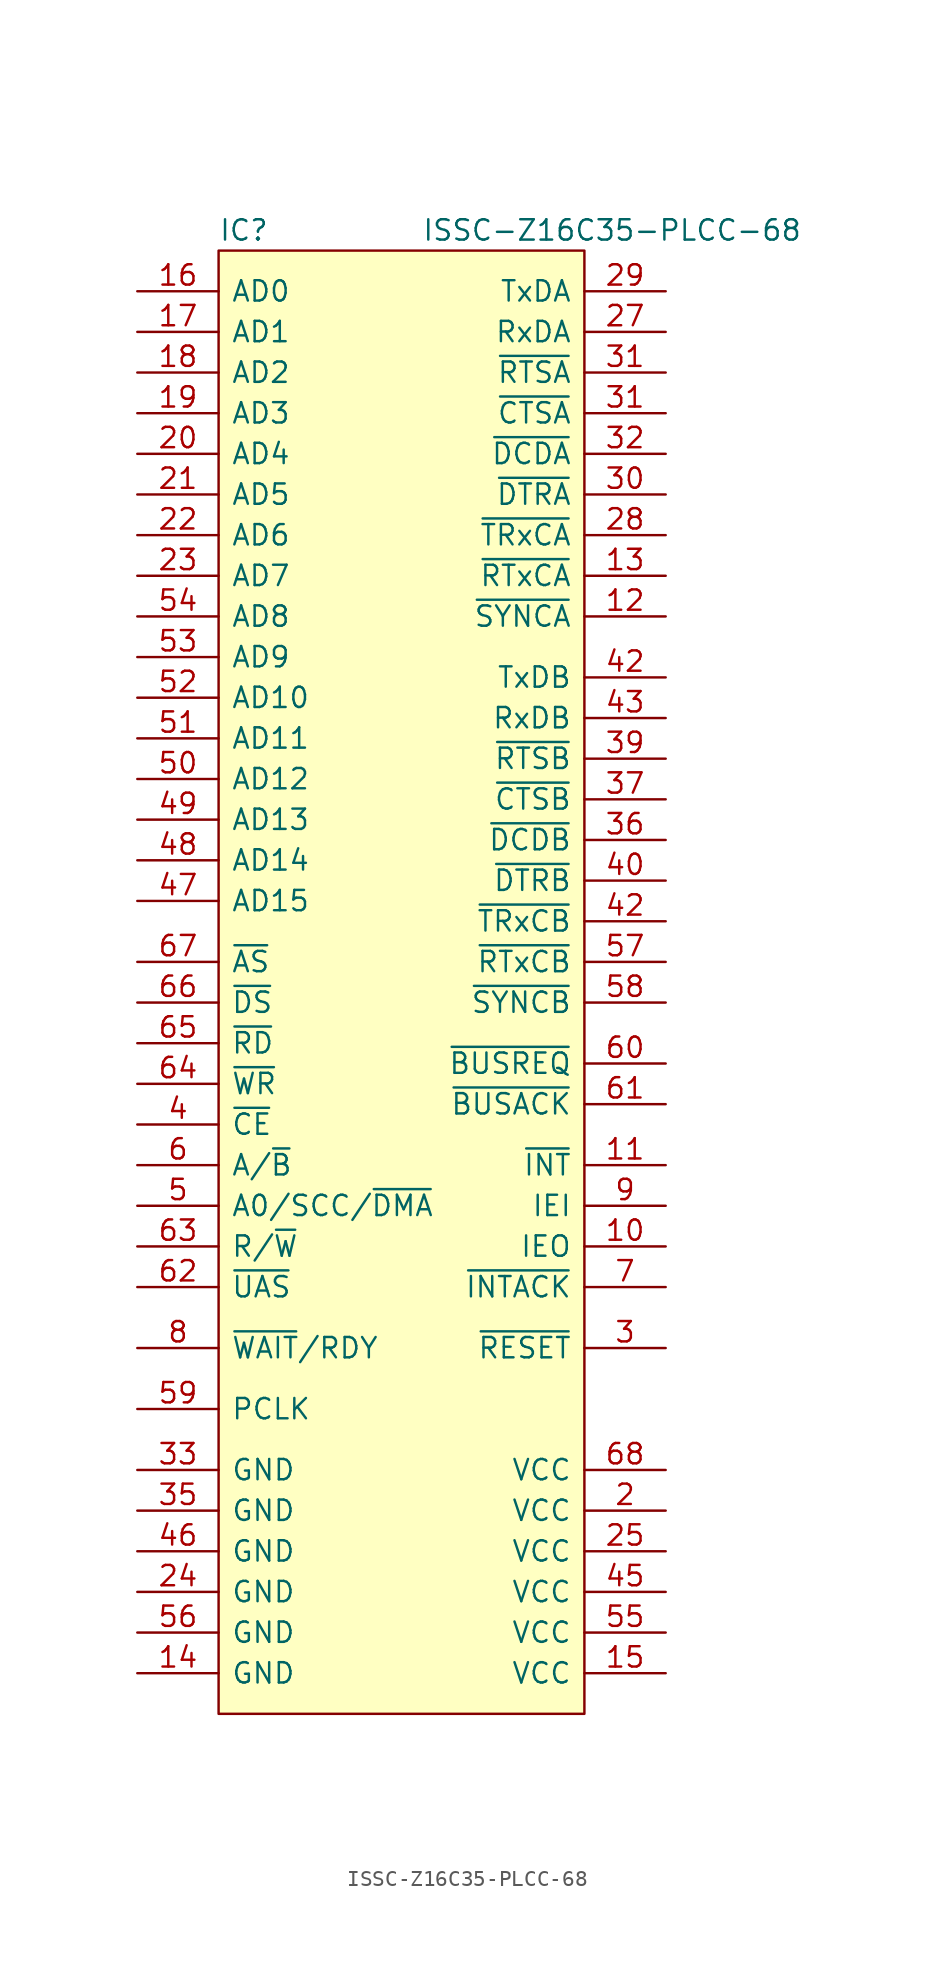
<source format=kicad_sym>
(kicad_symbol_lib
  (version 20211014)
  (generator kicad_symbol_editor)
  (symbol "ISSC-Z16C35-PLCC-68"
    (pin_names
      (offset 0.762))
    (property "Reference" "IC"
      (at 0 1.27 0)
      (effects (font (size 1.27 1.27)) (justify left)))
    (property "Value" "ISSC-Z16C35-PLCC-68"
      (at 12.7 1.27 0)
      (effects (font (size 1.27 1.27)) (justify left)))
    (symbol "ISSC-Z16C35-PLCC-68_0_0"
      (pin output line (at 27.94 -62.23 180) (length 5.08) (name "IEO" (effects (font (size 1.27 1.27)))) (number "10" (effects (font (size 1.27 1.27)))))
      (pin output line (at 27.94 -57.15 180) (length 5.08) (name "~{INT}" (effects (font (size 1.27 1.27)))) (number "11" (effects (font (size 1.27 1.27)))))
      (pin bidirectional line (at 27.94 -22.86 180) (length 5.08) (name "~{SYNCA}" (effects (font (size 1.27 1.27)))) (number "12" (effects (font (size 1.27 1.27)))))
      (pin input line (at 27.94 -20.32 180) (length 5.08) (name "~{RTxCA}" (effects (font (size 1.27 1.27)))) (number "13" (effects (font (size 1.27 1.27)))))
      (pin power_in line (at -5.08 -88.9 0) (length 5.08) (name "GND" (effects (font (size 1.27 1.27)))) (number "14" (effects (font (size 1.27 1.27)))))
      (pin power_in line (at 27.94 -88.9 180) (length 5.08) (name "VCC" (effects (font (size 1.27 1.27)))) (number "15" (effects (font (size 1.27 1.27)))))
      (pin tri_state line (at -5.08 -2.54 0) (length 5.08) (name "AD0" (effects (font (size 1.27 1.27)))) (number "16" (effects (font (size 1.27 1.27)))))
      (pin tri_state line (at -5.08 -5.08 0) (length 5.08) (name "AD1" (effects (font (size 1.27 1.27)))) (number "17" (effects (font (size 1.27 1.27)))))
      (pin tri_state line (at -5.08 -7.62 0) (length 5.08) (name "AD2" (effects (font (size 1.27 1.27)))) (number "18" (effects (font (size 1.27 1.27)))))
      (pin tri_state line (at -5.08 -10.16 0) (length 5.08) (name "AD3" (effects (font (size 1.27 1.27)))) (number "19" (effects (font (size 1.27 1.27)))))
      (pin power_in line (at 27.94 -78.74 180) (length 5.08) (name "VCC" (effects (font (size 1.27 1.27)))) (number "2" (effects (font (size 1.27 1.27)))))
      (pin tri_state line (at -5.08 -12.7 0) (length 5.08) (name "AD4" (effects (font (size 1.27 1.27)))) (number "20" (effects (font (size 1.27 1.27)))))
      (pin tri_state line (at -5.08 -15.24 0) (length 5.08) (name "AD5" (effects (font (size 1.27 1.27)))) (number "21" (effects (font (size 1.27 1.27)))))
      (pin tri_state line (at -5.08 -17.78 0) (length 5.08) (name "AD6" (effects (font (size 1.27 1.27)))) (number "22" (effects (font (size 1.27 1.27)))))
      (pin tri_state line (at -5.08 -20.32 0) (length 5.08) (name "AD7" (effects (font (size 1.27 1.27)))) (number "23" (effects (font (size 1.27 1.27)))))
      (pin power_in line (at -5.08 -83.82 0) (length 5.08) (name "GND" (effects (font (size 1.27 1.27)))) (number "24" (effects (font (size 1.27 1.27)))))
      (pin power_in line (at 27.94 -81.28 180) (length 5.08) (name "VCC" (effects (font (size 1.27 1.27)))) (number "25" (effects (font (size 1.27 1.27)))))
      (pin input line (at 27.94 -5.08 180) (length 5.08) (name "RxDA" (effects (font (size 1.27 1.27)))) (number "27" (effects (font (size 1.27 1.27)))))
      (pin bidirectional line (at 27.94 -17.78 180) (length 5.08) (name "~{TRxCA}" (effects (font (size 1.27 1.27)))) (number "28" (effects (font (size 1.27 1.27)))))
      (pin output line (at 27.94 -2.54 180) (length 5.08) (name "TxDA" (effects (font (size 1.27 1.27)))) (number "29" (effects (font (size 1.27 1.27)))))
      (pin input line (at 27.94 -68.58 180) (length 5.08) (name "~{RESET}" (effects (font (size 1.27 1.27)))) (number "3" (effects (font (size 1.27 1.27)))))
      (pin output line (at 27.94 -15.24 180) (length 5.08) (name "~{DTRA}" (effects (font (size 1.27 1.27)))) (number "30" (effects (font (size 1.27 1.27)))))
      (pin input line (at 27.94 -10.16 180) (length 5.08) (name "~{CTSA}" (effects (font (size 1.27 1.27)))) (number "31" (effects (font (size 1.27 1.27)))))
      (pin output line (at 27.94 -7.62 180) (length 5.08) (name "~{RTSA}" (effects (font (size 1.27 1.27)))) (number "31" (effects (font (size 1.27 1.27)))))
      (pin input line (at 27.94 -12.7 180) (length 5.08) (name "~{DCDA}" (effects (font (size 1.27 1.27)))) (number "32" (effects (font (size 1.27 1.27)))))
      (pin power_in line (at -5.08 -76.2 0) (length 5.08) (name "GND" (effects (font (size 1.27 1.27)))) (number "33" (effects (font (size 1.27 1.27)))))
      (pin power_in line (at -5.08 -78.74 0) (length 5.08) (name "GND" (effects (font (size 1.27 1.27)))) (number "35" (effects (font (size 1.27 1.27)))))
      (pin input line (at 27.94 -36.83 180) (length 5.08) (name "~{DCDB}" (effects (font (size 1.27 1.27)))) (number "36" (effects (font (size 1.27 1.27)))))
      (pin input line (at 27.94 -34.29 180) (length 5.08) (name "~{CTSB}" (effects (font (size 1.27 1.27)))) (number "37" (effects (font (size 1.27 1.27)))))
      (pin output line (at 27.94 -31.75 180) (length 5.08) (name "~{RTSB}" (effects (font (size 1.27 1.27)))) (number "39" (effects (font (size 1.27 1.27)))))
      (pin input line (at -5.08 -54.61 0) (length 5.08) (name "~{CE}" (effects (font (size 1.27 1.27)))) (number "4" (effects (font (size 1.27 1.27)))))
      (pin output line (at 27.94 -39.37 180) (length 5.08) (name "~{DTRB}" (effects (font (size 1.27 1.27)))) (number "40" (effects (font (size 1.27 1.27)))))
      (pin output line (at 27.94 -26.67 180) (length 5.08) (name "TxDB" (effects (font (size 1.27 1.27)))) (number "42" (effects (font (size 1.27 1.27)))))
      (pin bidirectional line (at 27.94 -41.91 180) (length 5.08) (name "~{TRxCB}" (effects (font (size 1.27 1.27)))) (number "42" (effects (font (size 1.27 1.27)))))
      (pin input line (at 27.94 -29.21 180) (length 5.08) (name "RxDB" (effects (font (size 1.27 1.27)))) (number "43" (effects (font (size 1.27 1.27)))))
      (pin power_in line (at 27.94 -83.82 180) (length 5.08) (name "VCC" (effects (font (size 1.27 1.27)))) (number "45" (effects (font (size 1.27 1.27)))))
      (pin power_in line (at -5.08 -81.28 0) (length 5.08) (name "GND" (effects (font (size 1.27 1.27)))) (number "46" (effects (font (size 1.27 1.27)))))
      (pin tri_state line (at -5.08 -40.64 0) (length 5.08) (name "AD15" (effects (font (size 1.27 1.27)))) (number "47" (effects (font (size 1.27 1.27)))))
      (pin tri_state line (at -5.08 -38.1 0) (length 5.08) (name "AD14" (effects (font (size 1.27 1.27)))) (number "48" (effects (font (size 1.27 1.27)))))
      (pin tri_state line (at -5.08 -35.56 0) (length 5.08) (name "AD13" (effects (font (size 1.27 1.27)))) (number "49" (effects (font (size 1.27 1.27)))))
      (pin bidirectional line (at -5.08 -59.69 0) (length 5.08) (name "A0/SCC/~{DMA}" (effects (font (size 1.27 1.27)))) (number "5" (effects (font (size 1.27 1.27)))))
      (pin tri_state line (at -5.08 -33.02 0) (length 5.08) (name "AD12" (effects (font (size 1.27 1.27)))) (number "50" (effects (font (size 1.27 1.27)))))
      (pin tri_state line (at -5.08 -30.48 0) (length 5.08) (name "AD11" (effects (font (size 1.27 1.27)))) (number "51" (effects (font (size 1.27 1.27)))))
      (pin tri_state line (at -5.08 -27.94 0) (length 5.08) (name "AD10" (effects (font (size 1.27 1.27)))) (number "52" (effects (font (size 1.27 1.27)))))
      (pin tri_state line (at -5.08 -25.4 0) (length 5.08) (name "AD9" (effects (font (size 1.27 1.27)))) (number "53" (effects (font (size 1.27 1.27)))))
      (pin tri_state line (at -5.08 -22.86 0) (length 5.08) (name "AD8" (effects (font (size 1.27 1.27)))) (number "54" (effects (font (size 1.27 1.27)))))
      (pin power_in line (at 27.94 -86.36 180) (length 5.08) (name "VCC" (effects (font (size 1.27 1.27)))) (number "55" (effects (font (size 1.27 1.27)))))
      (pin power_in line (at -5.08 -86.36 0) (length 5.08) (name "GND" (effects (font (size 1.27 1.27)))) (number "56" (effects (font (size 1.27 1.27)))))
      (pin input line (at 27.94 -44.45 180) (length 5.08) (name "~{RTxCB}" (effects (font (size 1.27 1.27)))) (number "57" (effects (font (size 1.27 1.27)))))
      (pin bidirectional line (at 27.94 -46.99 180) (length 5.08) (name "~{SYNCB}" (effects (font (size 1.27 1.27)))) (number "58" (effects (font (size 1.27 1.27)))))
      (pin input line (at -5.08 -72.39 0) (length 5.08) (name "PCLK" (effects (font (size 1.27 1.27)))) (number "59" (effects (font (size 1.27 1.27)))))
      (pin input line (at -5.08 -57.15 0) (length 5.08) (name "A/~{B}" (effects (font (size 1.27 1.27)))) (number "6" (effects (font (size 1.27 1.27)))))
      (pin output line (at 27.94 -50.8 180) (length 5.08) (name "~{BUSREQ}" (effects (font (size 1.27 1.27)))) (number "60" (effects (font (size 1.27 1.27)))))
      (pin input line (at 27.94 -53.34 180) (length 5.08) (name "~{BUSACK}" (effects (font (size 1.27 1.27)))) (number "61" (effects (font (size 1.27 1.27)))))
      (pin output line (at -5.08 -64.77 0) (length 5.08) (name "~{UAS}" (effects (font (size 1.27 1.27)))) (number "62" (effects (font (size 1.27 1.27)))))
      (pin bidirectional line (at -5.08 -62.23 0) (length 5.08) (name "R/~{W}" (effects (font (size 1.27 1.27)))) (number "63" (effects (font (size 1.27 1.27)))))
      (pin bidirectional line (at -5.08 -52.07 0) (length 5.08) (name "~{WR}" (effects (font (size 1.27 1.27)))) (number "64" (effects (font (size 1.27 1.27)))))
      (pin bidirectional line (at -5.08 -49.53 0) (length 5.08) (name "~{RD}" (effects (font (size 1.27 1.27)))) (number "65" (effects (font (size 1.27 1.27)))))
      (pin bidirectional line (at -5.08 -46.99 0) (length 5.08) (name "~{DS}" (effects (font (size 1.27 1.27)))) (number "66" (effects (font (size 1.27 1.27)))))
      (pin bidirectional line (at -5.08 -44.45 0) (length 5.08) (name "~{AS}" (effects (font (size 1.27 1.27)))) (number "67" (effects (font (size 1.27 1.27)))))
      (pin power_in line (at 27.94 -76.2 180) (length 5.08) (name "VCC" (effects (font (size 1.27 1.27)))) (number "68" (effects (font (size 1.27 1.27)))))
      (pin input line (at 27.94 -64.77 180) (length 5.08) (name "~{INTACK}" (effects (font (size 1.27 1.27)))) (number "7" (effects (font (size 1.27 1.27)))))
      (pin bidirectional line (at -5.08 -68.58 0) (length 5.08) (name "~{WAIT}/RDY" (effects (font (size 1.27 1.27)))) (number "8" (effects (font (size 1.27 1.27)))))
      (pin input line (at 27.94 -59.69 180) (length 5.08) (name "IEI" (effects (font (size 1.27 1.27)))) (number "9" (effects (font (size 1.27 1.27))))))
    (symbol "ISSC-Z16C35-PLCC-68_0_1"
      (rectangle (start 0 0) (end 22.86 -91.44) (stroke (width 0) (type default) (color 0 0 0 0)) (fill (type background))))))
</source>
